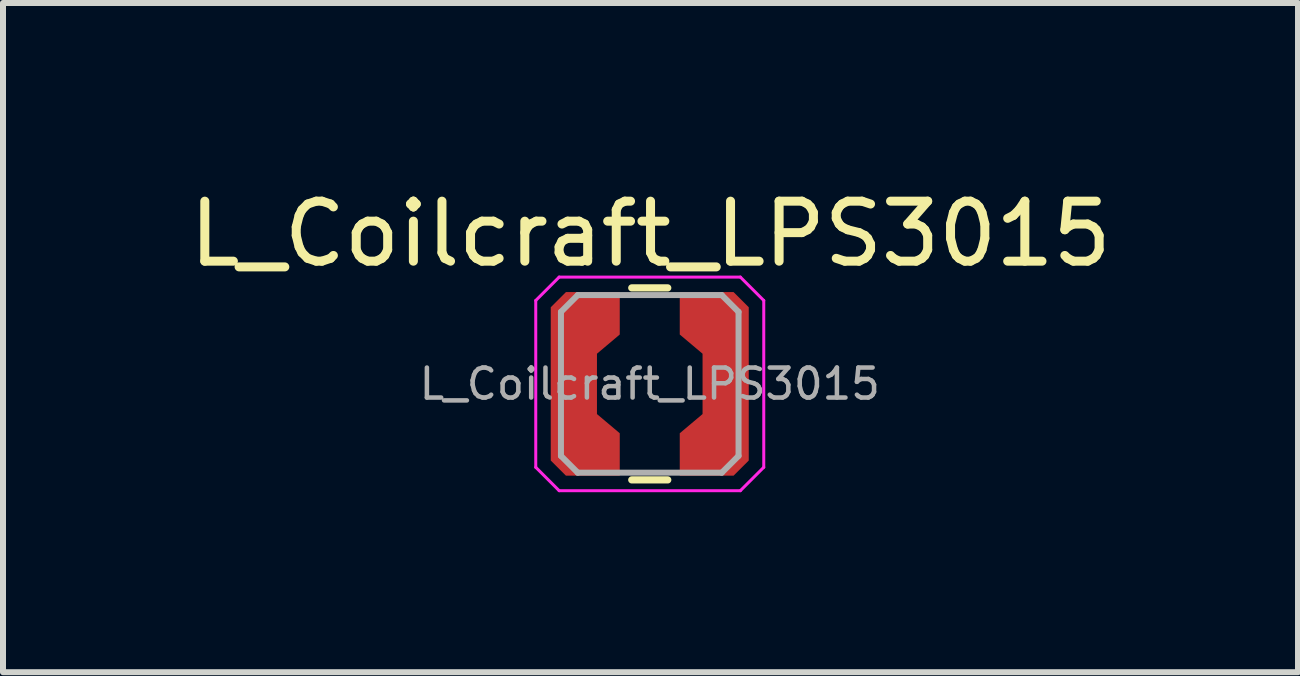
<source format=kicad_pcb>
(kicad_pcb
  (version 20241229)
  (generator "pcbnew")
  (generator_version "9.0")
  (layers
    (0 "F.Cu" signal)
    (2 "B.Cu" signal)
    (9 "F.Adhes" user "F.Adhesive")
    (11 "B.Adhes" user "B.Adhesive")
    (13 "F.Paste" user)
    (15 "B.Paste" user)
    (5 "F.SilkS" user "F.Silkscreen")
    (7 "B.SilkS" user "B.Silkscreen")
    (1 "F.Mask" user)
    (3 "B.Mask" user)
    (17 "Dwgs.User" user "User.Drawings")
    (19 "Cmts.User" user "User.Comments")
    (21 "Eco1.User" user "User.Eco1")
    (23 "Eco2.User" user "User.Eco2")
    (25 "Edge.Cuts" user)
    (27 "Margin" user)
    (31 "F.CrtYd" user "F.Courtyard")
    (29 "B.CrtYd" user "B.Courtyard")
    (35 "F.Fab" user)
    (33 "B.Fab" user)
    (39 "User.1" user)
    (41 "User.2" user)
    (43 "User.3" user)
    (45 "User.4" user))
  (footprint "L_Coilcraft_LPS3015"
    (layer "F.Cu")
    (at 7.779 3.348)
    (property "Reference" "L_Coilcraft_LPS3015" (at 0.013 -2.5 0) (layer "F.SilkS") (effects (font (size 1 1) (thickness 0.15))))
    (attr smd)
    (fp_line (start -0.3 -1.6) (end 0.3 -1.6) (stroke (width 0.12) (type solid)) (layer "F.SilkS"))
    (fp_line (start -0.3 1.6) (end 0.3 1.6) (stroke (width 0.12) (type solid)) (layer "F.SilkS"))
    (fp_line (start -1.9 -1.39) (end -1.9 1.39) (stroke (width 0.05) (type solid)) (layer "F.CrtYd"))
    (fp_line (start -1.9 1.39) (end -1.51 1.78) (stroke (width 0.05) (type solid)) (layer "F.CrtYd"))
    (fp_line (start -1.51 -1.78) (end -1.9 -1.39) (stroke (width 0.05) (type solid)) (layer "F.CrtYd"))
    (fp_line (start -1.51 1.78) (end 1.51 1.78) (stroke (width 0.05) (type solid)) (layer "F.CrtYd"))
    (fp_line (start 1.51 -1.78) (end -1.51 -1.78) (stroke (width 0.05) (type solid)) (layer "F.CrtYd"))
    (fp_line (start 1.51 -1.78) (end 1.9 -1.39) (stroke (width 0.05) (type solid)) (layer "F.CrtYd"))
    (fp_line (start 1.9 1.39) (end 1.51 1.78) (stroke (width 0.05) (type solid)) (layer "F.CrtYd"))
    (fp_line (start 1.9 1.39) (end 1.9 -1.39) (stroke (width 0.05) (type solid)) (layer "F.CrtYd"))
    (fp_line (start -1.48 1.2) (end -1.48 -1.2) (stroke (width 0.1) (type solid)) (layer "F.Fab"))
    (fp_line (start -1.48 1.2) (end -1.2 1.48) (stroke (width 0.1) (type solid)) (layer "F.Fab"))
    (fp_line (start -1.2 -1.48) (end -1.48 -1.2) (stroke (width 0.1) (type solid)) (layer "F.Fab"))
    (fp_line (start -1.2 -1.48) (end 1.2 -1.48) (stroke (width 0.1) (type solid)) (layer "F.Fab"))
    (fp_line (start 1.2 -1.48) (end 1.48 -1.2) (stroke (width 0.1) (type solid)) (layer "F.Fab"))
    (fp_line (start 1.2 1.48) (end -1.2 1.48) (stroke (width 0.1) (type solid)) (layer "F.Fab"))
    (fp_line (start 1.48 -1.2) (end 1.48 1.2) (stroke (width 0.1) (type solid)) (layer "F.Fab"))
    (fp_line (start 1.48 1.2) (end 1.2 1.48) (stroke (width 0.1) (type solid)) (layer "F.Fab"))
    (fp_text user "${REFERENCE}" (at 0 0 0) (layer "F.Fab") (effects (font (size 0.5 0.5) (thickness 0.075))))
    (pad "1" smd custom (at -1.08 0) (size 0.4 0.4) (layers "F.Cu" "F.Mask" "F.Paste") (options (anchor rect)) (primitives (gr_poly (pts (xy 0.575 -0.825) (xy 0.195 -0.505) (xy 0.195 -1.525) (xy 0.575 -1.525)) (width 0.01) (fill yes)) (gr_poly (pts (xy 0.195 1.525) (xy -0.185 1.525) (xy -0.315 1.525) (xy -0.565 1.275) (xy -0.565 0) (xy -0.565 -1.275) (xy -0.315 -1.525) (xy 0.195 -1.525)) (width 0.01) (fill yes)) (gr_poly (pts (xy 0.575 0.825) (xy 0.195 0.505) (xy 0.195 1.525) (xy 0.575 1.525)) (width 0.01) (fill yes))))
    (pad "2" smd custom (at 1.08 0) (size 0.4 0.4) (layers "F.Cu" "F.Mask" "F.Paste") (options (anchor rect)) (primitives (gr_poly (pts (xy -0.575 0.825) (xy -0.195 0.505) (xy -0.195 1.525) (xy -0.575 1.525)) (width 0.01) (fill yes)) (gr_poly (pts (xy -0.195 -1.525) (xy 0.185 -1.525) (xy 0.315 -1.525) (xy 0.565 -1.275) (xy 0.565 0) (xy 0.565 1.275) (xy 0.315 1.525) (xy -0.195 1.525)) (width 0.01) (fill yes)) (gr_poly (pts (xy -0.575 -0.825) (xy -0.195 -0.505) (xy -0.195 -1.525) (xy -0.575 -1.525)) (width 0.01) (fill yes)))))
  (gr_rect
    (start -3 -3)
    (end 18.583 8.153)
    (stroke (width 0.1) (type default))
    (fill no)
    (layer "Edge.Cuts")))
</source>
